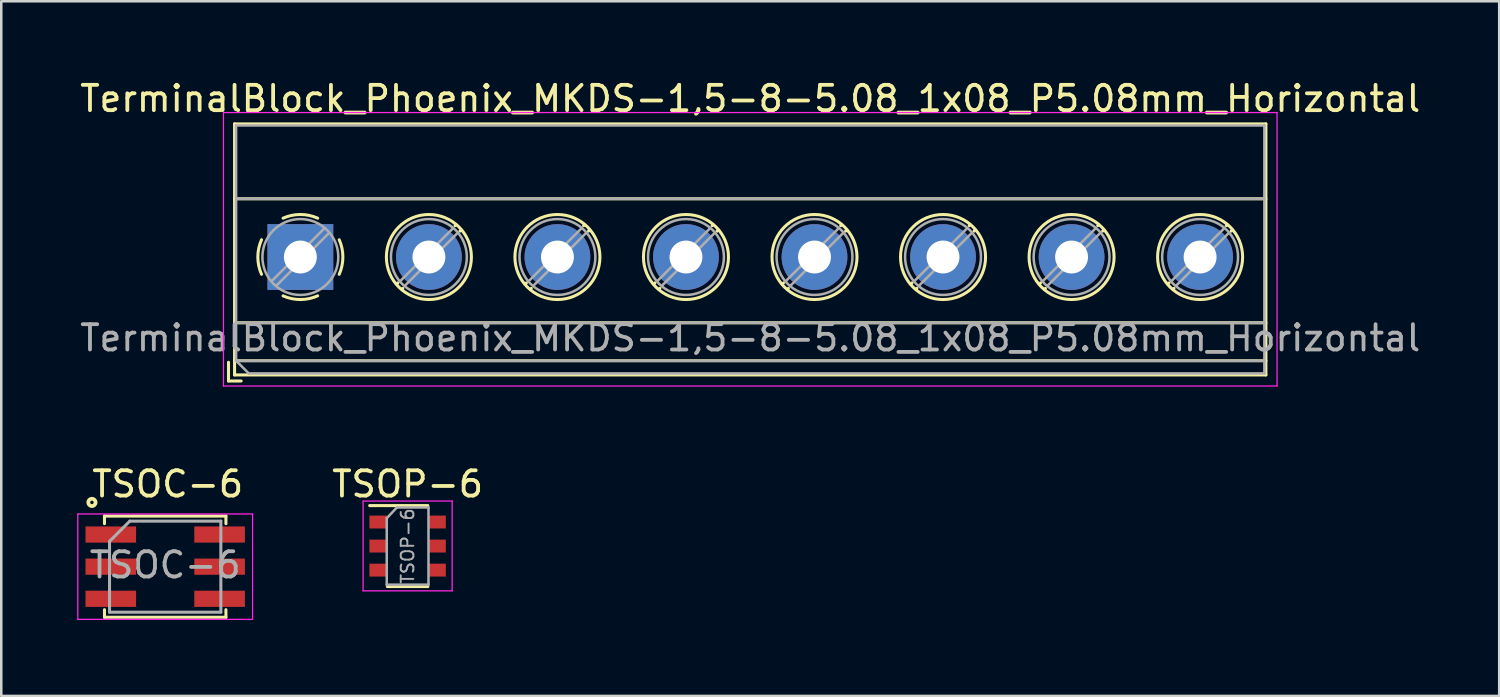
<source format=kicad_pcb>
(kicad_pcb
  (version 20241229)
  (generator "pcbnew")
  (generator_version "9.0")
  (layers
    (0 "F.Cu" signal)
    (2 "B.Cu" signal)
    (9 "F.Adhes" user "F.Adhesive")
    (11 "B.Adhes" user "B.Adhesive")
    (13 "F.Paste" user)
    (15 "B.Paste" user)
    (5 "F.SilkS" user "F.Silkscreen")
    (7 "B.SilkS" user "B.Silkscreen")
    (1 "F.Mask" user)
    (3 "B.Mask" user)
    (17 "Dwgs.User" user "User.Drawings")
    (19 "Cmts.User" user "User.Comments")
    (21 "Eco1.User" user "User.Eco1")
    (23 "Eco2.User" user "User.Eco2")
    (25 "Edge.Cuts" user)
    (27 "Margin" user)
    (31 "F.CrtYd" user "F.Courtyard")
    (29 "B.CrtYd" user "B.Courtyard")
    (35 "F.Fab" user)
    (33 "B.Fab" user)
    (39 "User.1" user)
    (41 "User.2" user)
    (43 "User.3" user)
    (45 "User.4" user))
  (footprint "TSOP-6"
    (layer "F.Cu")
    (at 13.06 18.532)
    (property "Reference" "TSOP-6" (at 0 -2.45 0) (layer "F.SilkS") (effects (font (size 1 1) (thickness 0.15))))
    (attr smd)
    (fp_line (start -0.8 1.6) (end 0.8 1.6) (stroke (width 0.12) (type solid)) (layer "F.SilkS"))
    (fp_line (start 0.8 -1.6) (end -1.5 -1.6) (stroke (width 0.12) (type solid)) (layer "F.SilkS"))
    (fp_line (start -1.76 -1.78) (end -1.76 1.77) (stroke (width 0.05) (type solid)) (layer "F.CrtYd"))
    (fp_line (start -1.76 -1.78) (end 1.76 -1.78) (stroke (width 0.05) (type solid)) (layer "F.CrtYd"))
    (fp_line (start 1.76 1.77) (end -1.76 1.77) (stroke (width 0.05) (type solid)) (layer "F.CrtYd"))
    (fp_line (start 1.76 1.77) (end 1.76 -1.78) (stroke (width 0.05) (type solid)) (layer "F.CrtYd"))
    (fp_line (start -0.825 -1.1) (end -0.825 1.525) (stroke (width 0.1) (type solid)) (layer "F.Fab"))
    (fp_line (start -0.825 -1.1) (end -0.425 -1.525) (stroke (width 0.1) (type solid)) (layer "F.Fab"))
    (fp_line (start 0.825 -1.525) (end -0.425 -1.525) (stroke (width 0.1) (type solid)) (layer "F.Fab"))
    (fp_line (start 0.825 -1.525) (end 0.825 1.525) (stroke (width 0.1) (type solid)) (layer "F.Fab"))
    (fp_line (start 0.825 1.525) (end -0.825 1.525) (stroke (width 0.1) (type solid)) (layer "F.Fab"))
    (fp_text user "${REFERENCE}" (at 0 0 90) (layer "F.Fab") (effects (font (size 0.5 0.5) (thickness 0.075))))
    (pad "1" smd rect (at -1.16 -0.95) (size 0.7 0.51) (layers "F.Cu" "F.Mask" "F.Paste"))
    (pad "2" smd rect (at -1.16 0) (size 0.7 0.51) (layers "F.Cu" "F.Mask" "F.Paste"))
    (pad "3" smd rect (at -1.16 0.95) (size 0.7 0.51) (layers "F.Cu" "F.Mask" "F.Paste"))
    (pad "4" smd rect (at 1.16 0.95) (size 0.7 0.51) (layers "F.Cu" "F.Mask" "F.Paste"))
    (pad "5" smd rect (at 1.16 0) (size 0.7 0.51) (layers "F.Cu" "F.Mask" "F.Paste"))
    (pad "6" smd rect (at 1.16 -0.95) (size 0.7 0.51) (layers "F.Cu" "F.Mask" "F.Paste")))
  (footprint "TerminalBlock_Phoenix_MKDS-1,5-8-5.08_1x08_P5.08mm_Horizontal"
    (layer "F.Cu")
    (at 8.821 7.108)
    (property "Reference" "TerminalBlock_Phoenix_MKDS-1,5-8-5.08_1x08_P5.08mm_Horizontal" (at 17.78 -6.26 180) (layer "F.SilkS") (effects (font (size 1 1) (thickness 0.15))))
    (attr through_hole)
    (fp_line (start -2.84 4.16) (end -2.84 4.9) (stroke (width 0.12) (type solid)) (layer "F.SilkS"))
    (fp_line (start -2.84 4.9) (end -2.34 4.9) (stroke (width 0.12) (type solid)) (layer "F.SilkS"))
    (fp_line (start -2.6 -5.261) (end -2.6 4.66) (stroke (width 0.12) (type solid)) (layer "F.SilkS"))
    (fp_line (start -2.6 -5.261) (end 38.16 -5.261) (stroke (width 0.12) (type solid)) (layer "F.SilkS"))
    (fp_line (start -2.6 -2.301) (end 38.16 -2.301) (stroke (width 0.12) (type solid)) (layer "F.SilkS"))
    (fp_line (start -2.6 2.6) (end 38.16 2.6) (stroke (width 0.12) (type solid)) (layer "F.SilkS"))
    (fp_line (start -2.6 4.1) (end 38.16 4.1) (stroke (width 0.12) (type solid)) (layer "F.SilkS"))
    (fp_line (start -2.6 4.66) (end 38.16 4.66) (stroke (width 0.12) (type solid)) (layer "F.SilkS"))
    (fp_line (start 3.853 1.023) (end 3.806 1.069) (stroke (width 0.12) (type solid)) (layer "F.SilkS"))
    (fp_line (start 4.046 1.239) (end 4.011 1.274) (stroke (width 0.12) (type solid)) (layer "F.SilkS"))
    (fp_line (start 6.15 -1.275) (end 6.115 -1.239) (stroke (width 0.12) (type solid)) (layer "F.SilkS"))
    (fp_line (start 6.355 -1.069) (end 6.308 -1.023) (stroke (width 0.12) (type solid)) (layer "F.SilkS"))
    (fp_line (start 8.933 1.023) (end 8.886 1.069) (stroke (width 0.12) (type solid)) (layer "F.SilkS"))
    (fp_line (start 9.126 1.239) (end 9.091 1.274) (stroke (width 0.12) (type solid)) (layer "F.SilkS"))
    (fp_line (start 11.23 -1.275) (end 11.195 -1.239) (stroke (width 0.12) (type solid)) (layer "F.SilkS"))
    (fp_line (start 11.435 -1.069) (end 11.388 -1.023) (stroke (width 0.12) (type solid)) (layer "F.SilkS"))
    (fp_line (start 14.013 1.023) (end 13.966 1.069) (stroke (width 0.12) (type solid)) (layer "F.SilkS"))
    (fp_line (start 14.206 1.239) (end 14.171 1.274) (stroke (width 0.12) (type solid)) (layer "F.SilkS"))
    (fp_line (start 16.31 -1.275) (end 16.275 -1.239) (stroke (width 0.12) (type solid)) (layer "F.SilkS"))
    (fp_line (start 16.515 -1.069) (end 16.468 -1.023) (stroke (width 0.12) (type solid)) (layer "F.SilkS"))
    (fp_line (start 19.093 1.023) (end 19.046 1.069) (stroke (width 0.12) (type solid)) (layer "F.SilkS"))
    (fp_line (start 19.286 1.239) (end 19.251 1.274) (stroke (width 0.12) (type solid)) (layer "F.SilkS"))
    (fp_line (start 21.39 -1.275) (end 21.355 -1.239) (stroke (width 0.12) (type solid)) (layer "F.SilkS"))
    (fp_line (start 21.595 -1.069) (end 21.548 -1.023) (stroke (width 0.12) (type solid)) (layer "F.SilkS"))
    (fp_line (start 24.173 1.023) (end 24.126 1.069) (stroke (width 0.12) (type solid)) (layer "F.SilkS"))
    (fp_line (start 24.366 1.239) (end 24.331 1.274) (stroke (width 0.12) (type solid)) (layer "F.SilkS"))
    (fp_line (start 26.47 -1.275) (end 26.435 -1.239) (stroke (width 0.12) (type solid)) (layer "F.SilkS"))
    (fp_line (start 26.675 -1.069) (end 26.628 -1.023) (stroke (width 0.12) (type solid)) (layer "F.SilkS"))
    (fp_line (start 29.253 1.023) (end 29.206 1.069) (stroke (width 0.12) (type solid)) (layer "F.SilkS"))
    (fp_line (start 29.446 1.239) (end 29.411 1.274) (stroke (width 0.12) (type solid)) (layer "F.SilkS"))
    (fp_line (start 31.55 -1.275) (end 31.515 -1.239) (stroke (width 0.12) (type solid)) (layer "F.SilkS"))
    (fp_line (start 31.755 -1.069) (end 31.708 -1.023) (stroke (width 0.12) (type solid)) (layer "F.SilkS"))
    (fp_line (start 34.333 1.023) (end 34.286 1.069) (stroke (width 0.12) (type solid)) (layer "F.SilkS"))
    (fp_line (start 34.526 1.239) (end 34.491 1.274) (stroke (width 0.12) (type solid)) (layer "F.SilkS"))
    (fp_line (start 36.63 -1.275) (end 36.595 -1.239) (stroke (width 0.12) (type solid)) (layer "F.SilkS"))
    (fp_line (start 36.835 -1.069) (end 36.788 -1.023) (stroke (width 0.12) (type solid)) (layer "F.SilkS"))
    (fp_line (start 38.16 -5.261) (end 38.16 4.66) (stroke (width 0.12) (type solid)) (layer "F.SilkS"))
    (fp_arc (start -1.535427 0.683042) (mid -1.680501 -0.000524) (end -1.535 -0.684) (stroke (width 0.12) (type solid)) (layer "F.SilkS"))
    (fp_arc (start -0.683042 -1.535427) (mid 0.000524 -1.680501) (end 0.684 -1.535) (stroke (width 0.12) (type solid)) (layer "F.SilkS"))
    (fp_arc (start 0.028805 1.680253) (mid -0.335551 1.646659) (end -0.684 1.535) (stroke (width 0.12) (type solid)) (layer "F.SilkS"))
    (fp_arc (start 0.683318 1.534756) (mid 0.349292 1.643288) (end 0 1.68) (stroke (width 0.12) (type solid)) (layer "F.SilkS"))
    (fp_arc (start 1.535427 -0.683042) (mid 1.680501 0.000524) (end 1.535 0.684) (stroke (width 0.12) (type solid)) (layer "F.SilkS"))
    (fp_circle (center 5.08 0) (end 6.76 0) (stroke (width 0.12) (type solid)) (fill no) (layer "F.SilkS"))
    (fp_circle (center 10.16 0) (end 11.84 0) (stroke (width 0.12) (type solid)) (fill no) (layer "F.SilkS"))
    (fp_circle (center 15.24 0) (end 16.92 0) (stroke (width 0.12) (type solid)) (fill no) (layer "F.SilkS"))
    (fp_circle (center 20.32 0) (end 22 0) (stroke (width 0.12) (type solid)) (fill no) (layer "F.SilkS"))
    (fp_circle (center 25.4 0) (end 27.08 0) (stroke (width 0.12) (type solid)) (fill no) (layer "F.SilkS"))
    (fp_circle (center 30.48 0) (end 32.16 0) (stroke (width 0.12) (type solid)) (fill no) (layer "F.SilkS"))
    (fp_circle (center 35.56 0) (end 37.24 0) (stroke (width 0.12) (type solid)) (fill no) (layer "F.SilkS"))
    (fp_line (start -3.04 -5.71) (end -3.04 5.1) (stroke (width 0.05) (type solid)) (layer "F.CrtYd"))
    (fp_line (start -3.04 5.1) (end 38.6 5.1) (stroke (width 0.05) (type solid)) (layer "F.CrtYd"))
    (fp_line (start 38.6 -5.71) (end -3.04 -5.71) (stroke (width 0.05) (type solid)) (layer "F.CrtYd"))
    (fp_line (start 38.6 5.1) (end 38.6 -5.71) (stroke (width 0.05) (type solid)) (layer "F.CrtYd"))
    (fp_line (start -2.54 -5.2) (end 38.1 -5.2) (stroke (width 0.1) (type solid)) (layer "F.Fab"))
    (fp_line (start -2.54 -2.3) (end 38.1 -2.3) (stroke (width 0.1) (type solid)) (layer "F.Fab"))
    (fp_line (start -2.54 2.6) (end 38.1 2.6) (stroke (width 0.1) (type solid)) (layer "F.Fab"))
    (fp_line (start -2.54 4.1) (end -2.54 -5.2) (stroke (width 0.1) (type solid)) (layer "F.Fab"))
    (fp_line (start -2.54 4.1) (end 38.1 4.1) (stroke (width 0.1) (type solid)) (layer "F.Fab"))
    (fp_line (start -2.04 4.6) (end -2.54 4.1) (stroke (width 0.1) (type solid)) (layer "F.Fab"))
    (fp_line (start 0.955 -1.138) (end -1.138 0.955) (stroke (width 0.1) (type solid)) (layer "F.Fab"))
    (fp_line (start 1.138 -0.955) (end -0.955 1.138) (stroke (width 0.1) (type solid)) (layer "F.Fab"))
    (fp_line (start 6.035 -1.138) (end 3.943 0.955) (stroke (width 0.1) (type solid)) (layer "F.Fab"))
    (fp_line (start 6.218 -0.955) (end 4.126 1.138) (stroke (width 0.1) (type solid)) (layer "F.Fab"))
    (fp_line (start 11.115 -1.138) (end 9.023 0.955) (stroke (width 0.1) (type solid)) (layer "F.Fab"))
    (fp_line (start 11.298 -0.955) (end 9.206 1.138) (stroke (width 0.1) (type solid)) (layer "F.Fab"))
    (fp_line (start 16.195 -1.138) (end 14.103 0.955) (stroke (width 0.1) (type solid)) (layer "F.Fab"))
    (fp_line (start 16.378 -0.955) (end 14.286 1.138) (stroke (width 0.1) (type solid)) (layer "F.Fab"))
    (fp_line (start 21.275 -1.138) (end 19.183 0.955) (stroke (width 0.1) (type solid)) (layer "F.Fab"))
    (fp_line (start 21.458 -0.955) (end 19.366 1.138) (stroke (width 0.1) (type solid)) (layer "F.Fab"))
    (fp_line (start 26.355 -1.138) (end 24.263 0.955) (stroke (width 0.1) (type solid)) (layer "F.Fab"))
    (fp_line (start 26.538 -0.955) (end 24.446 1.138) (stroke (width 0.1) (type solid)) (layer "F.Fab"))
    (fp_line (start 31.435 -1.138) (end 29.343 0.955) (stroke (width 0.1) (type solid)) (layer "F.Fab"))
    (fp_line (start 31.618 -0.955) (end 29.526 1.138) (stroke (width 0.1) (type solid)) (layer "F.Fab"))
    (fp_line (start 36.515 -1.138) (end 34.423 0.955) (stroke (width 0.1) (type solid)) (layer "F.Fab"))
    (fp_line (start 36.698 -0.955) (end 34.606 1.138) (stroke (width 0.1) (type solid)) (layer "F.Fab"))
    (fp_line (start 38.1 -5.2) (end 38.1 4.6) (stroke (width 0.1) (type solid)) (layer "F.Fab"))
    (fp_line (start 38.1 4.6) (end -2.04 4.6) (stroke (width 0.1) (type solid)) (layer "F.Fab"))
    (fp_circle (center 0 0) (end 1.5 0) (stroke (width 0.1) (type solid)) (fill no) (layer "F.Fab"))
    (fp_circle (center 5.08 0) (end 6.58 0) (stroke (width 0.1) (type solid)) (fill no) (layer "F.Fab"))
    (fp_circle (center 10.16 0) (end 11.66 0) (stroke (width 0.1) (type solid)) (fill no) (layer "F.Fab"))
    (fp_circle (center 15.24 0) (end 16.74 0) (stroke (width 0.1) (type solid)) (fill no) (layer "F.Fab"))
    (fp_circle (center 20.32 0) (end 21.82 0) (stroke (width 0.1) (type solid)) (fill no) (layer "F.Fab"))
    (fp_circle (center 25.4 0) (end 26.9 0) (stroke (width 0.1) (type solid)) (fill no) (layer "F.Fab"))
    (fp_circle (center 30.48 0) (end 31.98 0) (stroke (width 0.1) (type solid)) (fill no) (layer "F.Fab"))
    (fp_circle (center 35.56 0) (end 37.06 0) (stroke (width 0.1) (type solid)) (fill no) (layer "F.Fab"))
    (fp_text user "${REFERENCE}" (at 17.78 3.2 180) (layer "F.Fab") (effects (font (size 1 1) (thickness 0.15))))
    (pad "1" thru_hole rect (at 0 0) (size 2.6 2.6) (drill 1.3) (layers "*.Cu" "*.Mask"))
    (pad "2" thru_hole circle (at 5.08 0) (size 2.6 2.6) (drill 1.3) (layers "*.Cu" "*.Mask"))
    (pad "3" thru_hole circle (at 10.16 0) (size 2.6 2.6) (drill 1.3) (layers "*.Cu" "*.Mask"))
    (pad "4" thru_hole circle (at 15.24 0) (size 2.6 2.6) (drill 1.3) (layers "*.Cu" "*.Mask"))
    (pad "5" thru_hole circle (at 20.32 0) (size 2.6 2.6) (drill 1.3) (layers "*.Cu" "*.Mask"))
    (pad "6" thru_hole circle (at 25.4 0) (size 2.6 2.6) (drill 1.3) (layers "*.Cu" "*.Mask"))
    (pad "7" thru_hole circle (at 30.48 0) (size 2.6 2.6) (drill 1.3) (layers "*.Cu" "*.Mask"))
    (pad "8" thru_hole circle (at 35.56 0) (size 2.6 2.6) (drill 1.3) (layers "*.Cu" "*.Mask")))
  (footprint "TSOC-6"
    (layer "F.Cu")
    (at 3.479 19.346)
    (property "Reference" "TSOC-6" (at 0.1 -3.265 0) (layer "F.SilkS") (effects (font (size 1 1) (thickness 0.15))))
    (attr smd)
    (fp_line (start -2.4 -2) (end 2.4 -2) (stroke (width 0.12) (type solid)) (layer "F.SilkS"))
    (fp_line (start -2.4 -1.7) (end -2.4 -2) (stroke (width 0.12) (type solid)) (layer "F.SilkS"))
    (fp_line (start -2.4 2) (end -2.4 1.7) (stroke (width 0.12) (type solid)) (layer "F.SilkS"))
    (fp_line (start 2.4 -2) (end 2.4 -1.7) (stroke (width 0.12) (type solid)) (layer "F.SilkS"))
    (fp_line (start 2.4 1.7) (end 2.4 2) (stroke (width 0.12) (type solid)) (layer "F.SilkS"))
    (fp_line (start 2.4 2) (end -2.4 2) (stroke (width 0.12) (type solid)) (layer "F.SilkS"))
    (fp_circle (center -2.896 -2.54) (end -2.794 -2.642) (stroke (width 0.15) (type solid)) (fill no) (layer "F.SilkS"))
    (fp_line (start -3.454 -2.083) (end -3.454 2.083) (stroke (width 0.05) (type solid)) (layer "F.CrtYd"))
    (fp_line (start -3.454 -2.083) (end 3.454 -2.083) (stroke (width 0.05) (type solid)) (layer "F.CrtYd"))
    (fp_line (start 3.454 2.083) (end -3.454 2.083) (stroke (width 0.05) (type solid)) (layer "F.CrtYd"))
    (fp_line (start 3.454 2.083) (end 3.454 -2.083) (stroke (width 0.05) (type solid)) (layer "F.CrtYd"))
    (fp_line (start -2.2 -1) (end -1.4 -1.8) (stroke (width 0.12) (type solid)) (layer "F.Fab"))
    (fp_line (start -2.2 1.8) (end -2.2 -1) (stroke (width 0.12) (type solid)) (layer "F.Fab"))
    (fp_line (start -1.4 -1.8) (end 2.2 -1.8) (stroke (width 0.12) (type solid)) (layer "F.Fab"))
    (fp_line (start 2.2 -1.8) (end 2.2 1.8) (stroke (width 0.12) (type solid)) (layer "F.Fab"))
    (fp_line (start 2.2 1.8) (end -2.2 1.8) (stroke (width 0.12) (type solid)) (layer "F.Fab"))
    (fp_text user "${REFERENCE}" (at 0 -0.065 0) (layer "F.Fab") (effects (font (size 1 1) (thickness 0.15))))
    (pad "1" smd rect (at -2.15 -1.27) (size 2 0.64) (layers "F.Cu" "F.Mask" "F.Paste"))
    (pad "2" smd rect (at -2.15 0) (size 2 0.64) (layers "F.Cu" "F.Mask" "F.Paste"))
    (pad "3" smd rect (at -2.15 1.27) (size 2 0.64) (layers "F.Cu" "F.Mask" "F.Paste"))
    (pad "4" smd rect (at 2.15 1.27) (size 2 0.64) (layers "F.Cu" "F.Mask" "F.Paste"))
    (pad "5" smd rect (at 2.15 0) (size 2 0.64) (layers "F.Cu" "F.Mask" "F.Paste"))
    (pad "6" smd rect (at 2.15 -1.27) (size 2 0.64) (layers "F.Cu" "F.Mask" "F.Paste")))
  (gr_rect
    (start -3 -3)
    (end 56.202 24.454)
    (stroke (width 0.1) (type default))
    (fill no)
    (layer "Edge.Cuts")))
</source>
